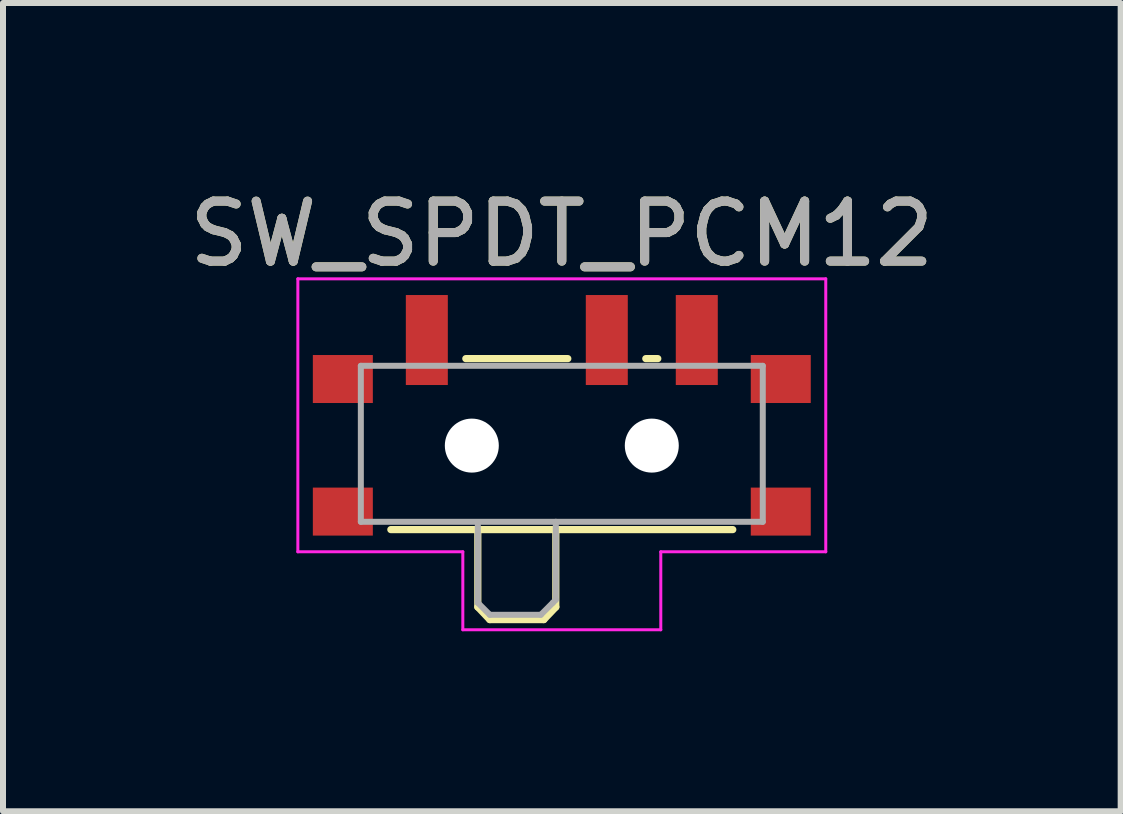
<source format=kicad_pcb>
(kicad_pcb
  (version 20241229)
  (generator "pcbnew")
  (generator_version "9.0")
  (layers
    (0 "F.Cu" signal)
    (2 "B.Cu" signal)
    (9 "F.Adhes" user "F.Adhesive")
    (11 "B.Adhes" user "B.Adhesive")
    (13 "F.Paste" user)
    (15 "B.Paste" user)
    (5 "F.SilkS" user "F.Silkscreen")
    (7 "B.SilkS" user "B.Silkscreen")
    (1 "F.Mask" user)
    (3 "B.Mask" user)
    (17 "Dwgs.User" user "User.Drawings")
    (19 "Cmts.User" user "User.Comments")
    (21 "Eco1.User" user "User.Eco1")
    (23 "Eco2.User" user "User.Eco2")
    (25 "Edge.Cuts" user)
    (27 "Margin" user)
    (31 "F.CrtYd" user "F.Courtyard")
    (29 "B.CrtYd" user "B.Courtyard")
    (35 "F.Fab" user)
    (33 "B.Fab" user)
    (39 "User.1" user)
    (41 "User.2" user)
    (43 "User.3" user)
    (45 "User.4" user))
  (footprint "SW_SPDT_PCM12"
    (layer "F.Cu")
    (at 6.315 4.048)
    (property "Reference" "SW_SPDT_PCM12" (at 0 -3.2 0) (layer "F.SilkS") (effects (font (size 1 1) (thickness 0.15))))
    (attr smd)
    (fp_line (start -2.85 1.73) (end 2.85 1.73) (stroke (width 0.12) (type solid)) (layer "F.SilkS"))
    (fp_line (start -1.6 -1.12) (end 0.1 -1.12) (stroke (width 0.12) (type solid)) (layer "F.SilkS"))
    (fp_line (start -1.4 1.73) (end -1.4 3.02) (stroke (width 0.12) (type solid)) (layer "F.SilkS"))
    (fp_line (start -1.4 3.02) (end -1.2 3.23) (stroke (width 0.12) (type solid)) (layer "F.SilkS"))
    (fp_line (start -1.2 3.23) (end -0.3 3.23) (stroke (width 0.12) (type solid)) (layer "F.SilkS"))
    (fp_line (start -0.1 3.02) (end -0.3 3.23) (stroke (width 0.12) (type solid)) (layer "F.SilkS"))
    (fp_line (start -0.1 3.02) (end -0.1 1.73) (stroke (width 0.12) (type solid)) (layer "F.SilkS"))
    (fp_line (start 1.4 -1.12) (end 1.6 -1.12) (stroke (width 0.12) (type solid)) (layer "F.SilkS"))
    (fp_line (start -4.4 -2.45) (end 4.4 -2.45) (stroke (width 0.05) (type solid)) (layer "F.CrtYd"))
    (fp_line (start -4.4 2.1) (end -4.4 -2.45) (stroke (width 0.05) (type solid)) (layer "F.CrtYd"))
    (fp_line (start -1.65 2.1) (end -4.4 2.1) (stroke (width 0.05) (type solid)) (layer "F.CrtYd"))
    (fp_line (start -1.65 3.4) (end -1.65 2.1) (stroke (width 0.05) (type solid)) (layer "F.CrtYd"))
    (fp_line (start 1.65 2.1) (end 1.65 3.4) (stroke (width 0.05) (type solid)) (layer "F.CrtYd"))
    (fp_line (start 1.65 3.4) (end -1.65 3.4) (stroke (width 0.05) (type solid)) (layer "F.CrtYd"))
    (fp_line (start 4.4 -2.45) (end 4.4 2.1) (stroke (width 0.05) (type solid)) (layer "F.CrtYd"))
    (fp_line (start 4.4 2.1) (end 1.65 2.1) (stroke (width 0.05) (type solid)) (layer "F.CrtYd"))
    (fp_line (start -3.35 -1) (end -3.35 1.6) (stroke (width 0.1) (type solid)) (layer "F.Fab"))
    (fp_line (start -3.35 1.6) (end 3.35 1.6) (stroke (width 0.1) (type solid)) (layer "F.Fab"))
    (fp_line (start -1.4 1.65) (end -1.4 2.95) (stroke (width 0.1) (type solid)) (layer "F.Fab"))
    (fp_line (start -1.4 2.95) (end -1.2 3.15) (stroke (width 0.1) (type solid)) (layer "F.Fab"))
    (fp_line (start -1.2 3.15) (end -0.35 3.15) (stroke (width 0.1) (type solid)) (layer "F.Fab"))
    (fp_line (start -0.35 3.15) (end -0.15 2.95) (stroke (width 0.1) (type solid)) (layer "F.Fab"))
    (fp_line (start -0.15 2.95) (end -0.1 2.9) (stroke (width 0.1) (type solid)) (layer "F.Fab"))
    (fp_line (start -0.1 2.9) (end -0.1 1.6) (stroke (width 0.1) (type solid)) (layer "F.Fab"))
    (fp_line (start 3.35 -1) (end -3.35 -1) (stroke (width 0.1) (type solid)) (layer "F.Fab"))
    (fp_line (start 3.35 1.6) (end 3.35 -1) (stroke (width 0.1) (type solid)) (layer "F.Fab"))
    (fp_text user "${REFERENCE}" (at 0 -3.2 0) (layer "F.Fab") (effects (font (size 1 1) (thickness 0.15))))
    (pad "" smd rect (at -3.65 -0.78) (size 1 0.8) (layers "F.Cu" "F.Mask" "F.Paste"))
    (pad "" smd rect (at -3.65 1.43) (size 1 0.8) (layers "F.Cu" "F.Mask" "F.Paste"))
    (pad "" np_thru_hole circle (at -1.5 0.33) (size 0.9 0.9) (drill 0.9) (layers "*.Cu" "*.Mask"))
    (pad "" np_thru_hole circle (at 1.5 0.33) (size 0.9 0.9) (drill 0.9) (layers "*.Cu" "*.Mask"))
    (pad "" smd rect (at 3.65 -0.78) (size 1 0.8) (layers "F.Cu" "F.Mask" "F.Paste"))
    (pad "" smd rect (at 3.65 1.43) (size 1 0.8) (layers "F.Cu" "F.Mask" "F.Paste"))
    (pad "1" smd rect (at -2.25 -1.43) (size 0.7 1.5) (layers "F.Cu" "F.Mask" "F.Paste"))
    (pad "2" smd rect (at 0.75 -1.43) (size 0.7 1.5) (layers "F.Cu" "F.Mask" "F.Paste"))
    (pad "3" smd rect (at 2.25 -1.43) (size 0.7 1.5) (layers "F.Cu" "F.Mask" "F.Paste")))
  (gr_rect
    (start -3 -3)
    (end 15.631 10.473)
    (stroke (width 0.1) (type default))
    (fill no)
    (layer "Edge.Cuts")))
</source>
